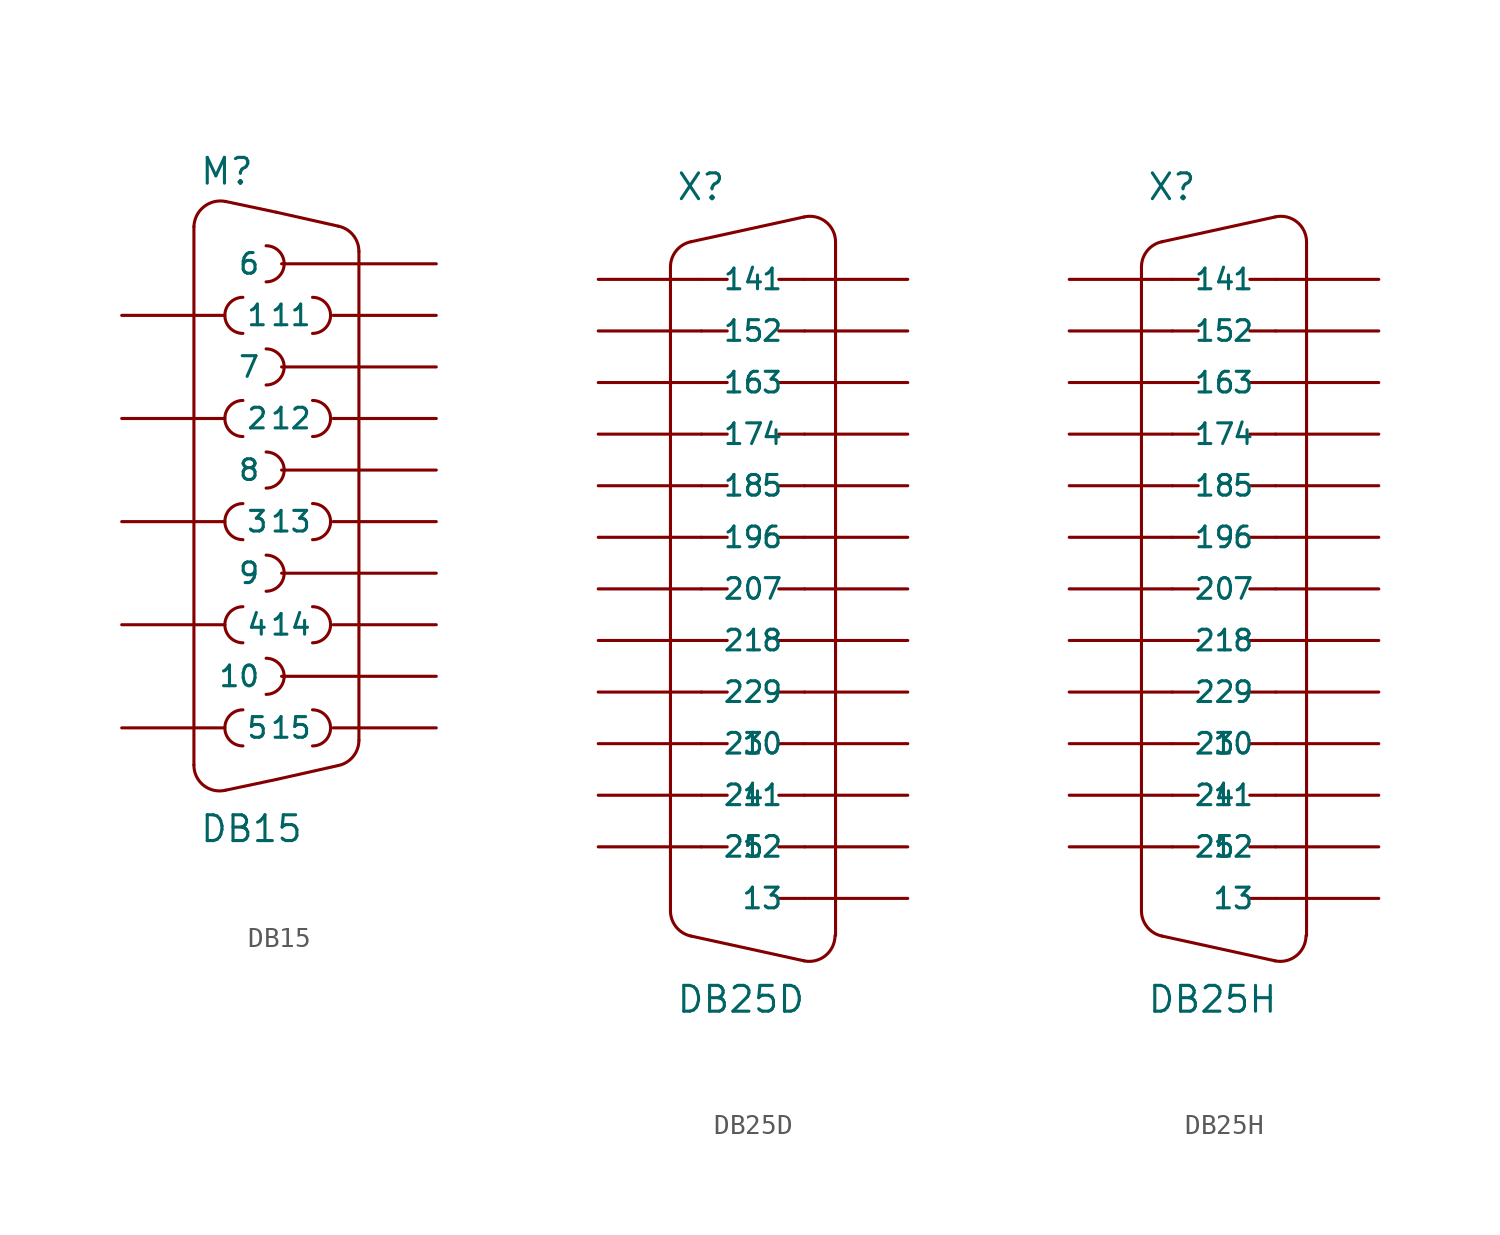
<source format=kicad_sym>
(kicad_symbol_lib
  (version 20211014)
  (generator kicad_symbol_editor)
  (symbol "DB15"
    (pin_numbers hide)
    (pin_names
      (offset 1.016))
    (property "Reference" "M"
      (at -3.81 13.97 0)
      (effects (font (size 1.27 1.27)) (justify left bottom)))
    (property "Value" "DB15"
      (at -3.81 -18.415 0)
      (effects (font (size 1.27 1.27)) (justify left bottom)))
    (property "Datasheet" ""
      (at 0 0 0)
      (effects (font (size 1.524 1.524))))
    (property "ki_locked" ""
      (at 0 0 0)
      (effects (font (size 1.27 1.27))))
    (symbol "DB15_1_0"
      (polyline (pts (xy -4.064 -14.529) (xy -4.064 11.989)) (stroke (width 0) (type default) (color 0 0 0 0)) (fill (type none)))
      (polyline (pts (xy -2.515 -15.773) (xy 0 -15.24)) (stroke (width 0) (type default) (color 0 0 0 0)) (fill (type none)))
      (polyline (pts (xy -2.515 13.233) (xy 0 12.7)) (stroke (width 0) (type default) (color 0 0 0 0)) (fill (type none)))
      (polyline (pts (xy 0 -15.24) (xy 3.048 -14.554)) (stroke (width 0) (type default) (color 0 0 0 0)) (fill (type none)))
      (polyline (pts (xy 0 12.7) (xy 3.048 12.014)) (stroke (width 0) (type default) (color 0 0 0 0)) (fill (type none)))
      (polyline (pts (xy 4.064 -13.31) (xy 4.064 10.77)) (stroke (width 0) (type default) (color 0 0 0 0)) (fill (type none))))
    (symbol "DB15_1_1"
      (arc (start -4.064 -14.5288) (mid -3.5879 -15.5322) (end -2.5146 -15.7734) (stroke (width 0) (type default) (color 0 0 0 0)) (fill (type none)))
      (arc (start -2.5146 13.2334) (mid -3.572 12.9727) (end -4.064 11.9888) (stroke (width 0) (type default) (color 0 0 0 0)) (fill (type none)))
      (arc (start -1.651 -11.811) (mid -2.54 -12.7) (end -1.651 -13.589) (stroke (width 0) (type default) (color 0 0 0 0)) (fill (type none)))
      (arc (start -1.651 -6.731) (mid -2.54 -7.62) (end -1.651 -8.509) (stroke (width 0) (type default) (color 0 0 0 0)) (fill (type none)))
      (arc (start -1.651 -1.651) (mid -2.54 -2.54) (end -1.651 -3.429) (stroke (width 0) (type default) (color 0 0 0 0)) (fill (type none)))
      (arc (start -1.651 3.429) (mid -2.54 2.54) (end -1.651 1.651) (stroke (width 0) (type default) (color 0 0 0 0)) (fill (type none)))
      (arc (start -1.651 8.509) (mid -2.54 7.62) (end -1.651 6.731) (stroke (width 0) (type default) (color 0 0 0 0)) (fill (type none)))
      (arc (start -0.508 -11.049) (mid 0.381 -10.16) (end -0.508 -9.271) (stroke (width 0) (type default) (color 0 0 0 0)) (fill (type none)))
      (arc (start -0.508 -5.969) (mid 0.381 -5.08) (end -0.508 -4.191) (stroke (width 0) (type default) (color 0 0 0 0)) (fill (type none)))
      (arc (start -0.508 -0.889) (mid 0.381 0) (end -0.508 0.889) (stroke (width 0) (type default) (color 0 0 0 0)) (fill (type none)))
      (arc (start -0.508 4.191) (mid 0.381 5.08) (end -0.508 5.969) (stroke (width 0) (type default) (color 0 0 0 0)) (fill (type none)))
      (arc (start -0.508 9.271) (mid 0.381 10.16) (end -0.508 11.049) (stroke (width 0) (type default) (color 0 0 0 0)) (fill (type none)))
      (arc (start 1.778 -13.589) (mid 2.667 -12.7) (end 1.778 -11.811) (stroke (width 0) (type default) (color 0 0 0 0)) (fill (type none)))
      (arc (start 1.778 -8.509) (mid 2.667 -7.62) (end 1.778 -6.731) (stroke (width 0) (type default) (color 0 0 0 0)) (fill (type none)))
      (arc (start 1.778 -3.429) (mid 2.667 -2.54) (end 1.778 -1.651) (stroke (width 0) (type default) (color 0 0 0 0)) (fill (type none)))
      (arc (start 1.778 1.651) (mid 2.667 2.54) (end 1.778 3.429) (stroke (width 0) (type default) (color 0 0 0 0)) (fill (type none)))
      (arc (start 1.778 6.731) (mid 2.667 7.62) (end 1.778 8.509) (stroke (width 0) (type default) (color 0 0 0 0)) (fill (type none)))
      (arc (start 3.048 -14.5542) (mid 3.7779 -14.113) (end 4.064 -13.3096) (stroke (width 0) (type default) (color 0 0 0 0)) (fill (type none)))
      (arc (start 4.064 10.7696) (mid 3.7777 11.5728) (end 3.048 12.0142) (stroke (width 0) (type default) (color 0 0 0 0)) (fill (type none)))
      (pin passive line (at -7.62 7.62 0) (length 5.08) (name "1" (effects (font (size 1.016 1.016)))) (number "1" (effects (font (size 1.016 1.016)))))
      (pin passive line (at 7.874 -10.16 180) (length 7.62) (name "10" (effects (font (size 1.016 1.016)))) (number "10" (effects (font (size 1.016 1.016)))))
      (pin passive line (at 7.874 7.62 180) (length 5.08) (name "11" (effects (font (size 1.016 1.016)))) (number "11" (effects (font (size 1.016 1.016)))))
      (pin passive line (at 7.874 2.54 180) (length 5.08) (name "12" (effects (font (size 1.016 1.016)))) (number "12" (effects (font (size 1.016 1.016)))))
      (pin passive line (at 7.874 -2.54 180) (length 5.08) (name "13" (effects (font (size 1.016 1.016)))) (number "13" (effects (font (size 1.016 1.016)))))
      (pin passive line (at 7.874 -7.62 180) (length 5.08) (name "14" (effects (font (size 1.016 1.016)))) (number "14" (effects (font (size 1.016 1.016)))))
      (pin passive line (at 7.874 -12.7 180) (length 5.08) (name "15" (effects (font (size 1.016 1.016)))) (number "15" (effects (font (size 1.016 1.016)))))
      (pin passive line (at -7.62 2.54 0) (length 5.08) (name "2" (effects (font (size 1.016 1.016)))) (number "2" (effects (font (size 1.016 1.016)))))
      (pin passive line (at -7.62 -2.54 0) (length 5.08) (name "3" (effects (font (size 1.016 1.016)))) (number "3" (effects (font (size 1.016 1.016)))))
      (pin passive line (at -7.62 -7.62 0) (length 5.08) (name "4" (effects (font (size 1.016 1.016)))) (number "4" (effects (font (size 1.016 1.016)))))
      (pin passive line (at -7.62 -12.7 0) (length 5.08) (name "5" (effects (font (size 1.016 1.016)))) (number "5" (effects (font (size 1.016 1.016)))))
      (pin passive line (at 7.874 10.16 180) (length 7.62) (name "6" (effects (font (size 1.016 1.016)))) (number "6" (effects (font (size 1.016 1.016)))))
      (pin passive line (at 7.874 5.08 180) (length 7.62) (name "7" (effects (font (size 1.016 1.016)))) (number "7" (effects (font (size 1.016 1.016)))))
      (pin passive line (at 7.874 0 180) (length 7.62) (name "8" (effects (font (size 1.016 1.016)))) (number "8" (effects (font (size 1.016 1.016)))))
      (pin passive line (at 7.874 -5.08 180) (length 7.62) (name "9" (effects (font (size 1.016 1.016)))) (number "9" (effects (font (size 1.016 1.016)))))))
  (symbol "DB25D"
    (pin_numbers hide)
    (pin_names
      (offset 1.016))
    (property "Reference" "X"
      (at -3.81 16.51 0)
      (effects (font (size 1.27 1.27)) (justify left bottom)))
    (property "Value" "DB25D"
      (at -3.81 -23.495 0)
      (effects (font (size 1.27 1.27)) (justify left bottom)))
    (property "Datasheet" ""
      (at 0 0 0)
      (effects (font (size 1.524 1.524))))
    (property "ki_locked" ""
      (at 0 0 0)
      (effects (font (size 1.27 1.27))))
    (symbol "DB25D_1_0"
      (polyline (pts (xy -4.064 13.31) (xy -4.064 -18.39)) (stroke (width 0) (type default) (color 0 0 0 0)) (fill (type none)))
      (polyline (pts (xy -2.54 -15.24) (xy -1.27 -15.24)) (stroke (width 0) (type default) (color 0 0 0 0)) (fill (type none)))
      (polyline (pts (xy -2.54 -12.7) (xy -1.27 -12.7)) (stroke (width 0) (type default) (color 0 0 0 0)) (fill (type none)))
      (polyline (pts (xy -2.54 -10.16) (xy -1.27 -10.16)) (stroke (width 0) (type default) (color 0 0 0 0)) (fill (type none)))
      (polyline (pts (xy -2.54 -7.62) (xy -1.27 -7.62)) (stroke (width 0) (type default) (color 0 0 0 0)) (fill (type none)))
      (polyline (pts (xy -2.54 -5.08) (xy -1.27 -5.08)) (stroke (width 0) (type default) (color 0 0 0 0)) (fill (type none)))
      (polyline (pts (xy -2.54 -2.54) (xy -1.27 -2.54)) (stroke (width 0) (type default) (color 0 0 0 0)) (fill (type none)))
      (polyline (pts (xy -2.54 0) (xy -1.27 0)) (stroke (width 0) (type default) (color 0 0 0 0)) (fill (type none)))
      (polyline (pts (xy -2.54 2.54) (xy -1.27 2.54)) (stroke (width 0) (type default) (color 0 0 0 0)) (fill (type none)))
      (polyline (pts (xy -2.54 5.08) (xy -1.27 5.08)) (stroke (width 0) (type default) (color 0 0 0 0)) (fill (type none)))
      (polyline (pts (xy -2.54 7.62) (xy -1.27 7.62)) (stroke (width 0) (type default) (color 0 0 0 0)) (fill (type none)))
      (polyline (pts (xy -2.54 10.16) (xy -1.27 10.16)) (stroke (width 0) (type default) (color 0 0 0 0)) (fill (type none)))
      (polyline (pts (xy -2.54 12.7) (xy -1.27 12.7)) (stroke (width 0) (type default) (color 0 0 0 0)) (fill (type none)))
      (polyline (pts (xy 1.27 -17.78) (xy 2.54 -17.78)) (stroke (width 0) (type default) (color 0 0 0 0)) (fill (type none)))
      (polyline (pts (xy 1.27 -15.24) (xy 2.54 -15.24)) (stroke (width 0) (type default) (color 0 0 0 0)) (fill (type none)))
      (polyline (pts (xy 1.27 -12.7) (xy 2.54 -12.7)) (stroke (width 0) (type default) (color 0 0 0 0)) (fill (type none)))
      (polyline (pts (xy 1.27 -10.16) (xy 2.54 -10.16)) (stroke (width 0) (type default) (color 0 0 0 0)) (fill (type none)))
      (polyline (pts (xy 1.27 -7.62) (xy 2.54 -7.62)) (stroke (width 0) (type default) (color 0 0 0 0)) (fill (type none)))
      (polyline (pts (xy 1.27 -5.08) (xy 2.54 -5.08)) (stroke (width 0) (type default) (color 0 0 0 0)) (fill (type none)))
      (polyline (pts (xy 1.27 -2.54) (xy 2.54 -2.54)) (stroke (width 0) (type default) (color 0 0 0 0)) (fill (type none)))
      (polyline (pts (xy 1.27 0) (xy 2.54 0)) (stroke (width 0) (type default) (color 0 0 0 0)) (fill (type none)))
      (polyline (pts (xy 1.27 2.54) (xy 2.54 2.54)) (stroke (width 0) (type default) (color 0 0 0 0)) (fill (type none)))
      (polyline (pts (xy 1.27 5.08) (xy 2.54 5.08)) (stroke (width 0) (type default) (color 0 0 0 0)) (fill (type none)))
      (polyline (pts (xy 1.27 7.62) (xy 2.54 7.62)) (stroke (width 0) (type default) (color 0 0 0 0)) (fill (type none)))
      (polyline (pts (xy 1.27 10.16) (xy 2.54 10.16)) (stroke (width 0) (type default) (color 0 0 0 0)) (fill (type none)))
      (polyline (pts (xy 1.27 12.7) (xy 2.54 12.7)) (stroke (width 0) (type default) (color 0 0 0 0)) (fill (type none)))
      (polyline (pts (xy 2.515 -20.853) (xy -3.048 -19.634)) (stroke (width 0) (type default) (color 0 0 0 0)) (fill (type none)))
      (polyline (pts (xy 2.515 15.773) (xy -3.048 14.554)) (stroke (width 0) (type default) (color 0 0 0 0)) (fill (type none)))
      (polyline (pts (xy 4.064 14.529) (xy 4.064 -19.609)) (stroke (width 0) (type default) (color 0 0 0 0)) (fill (type none))))
    (symbol "DB25D_1_1"
      (arc (start -4.064 -18.3896) (mid -3.7777 -19.1928) (end -3.048 -19.6342) (stroke (width 0) (type default) (color 0 0 0 0)) (fill (type none)))
      (arc (start -3.048 14.5542) (mid -3.7779 14.113) (end -4.064 13.3096) (stroke (width 0) (type default) (color 0 0 0 0)) (fill (type none)))
      (arc (start 2.5146 -20.8534) (mid 3.572 -20.5927) (end 4.0386 -19.6088) (stroke (width 0) (type default) (color 0 0 0 0)) (fill (type none)))
      (arc (start 4.064 14.5288) (mid 3.5879 15.5322) (end 2.5146 15.7734) (stroke (width 0) (type default) (color 0 0 0 0)) (fill (type none)))
      (pin passive line (at 7.62 12.7 180) (length 5.08) (name "1" (effects (font (size 1.016 1.016)))) (number "1" (effects (font (size 1.016 1.016)))))
      (pin passive line (at 7.62 -10.16 180) (length 5.08) (name "10" (effects (font (size 1.016 1.016)))) (number "10" (effects (font (size 1.016 1.016)))))
      (pin passive line (at 7.62 -12.7 180) (length 5.08) (name "11" (effects (font (size 1.016 1.016)))) (number "11" (effects (font (size 1.016 1.016)))))
      (pin passive line (at 7.62 -15.24 180) (length 5.08) (name "12" (effects (font (size 1.016 1.016)))) (number "12" (effects (font (size 1.016 1.016)))))
      (pin passive line (at 7.62 -17.78 180) (length 5.08) (name "13" (effects (font (size 1.016 1.016)))) (number "13" (effects (font (size 1.016 1.016)))))
      (pin passive line (at -7.62 12.7 0) (length 5.08) (name "14" (effects (font (size 1.016 1.016)))) (number "14" (effects (font (size 1.016 1.016)))))
      (pin passive line (at -7.62 10.16 0) (length 5.08) (name "15" (effects (font (size 1.016 1.016)))) (number "15" (effects (font (size 1.016 1.016)))))
      (pin passive line (at -7.62 7.62 0) (length 5.08) (name "16" (effects (font (size 1.016 1.016)))) (number "16" (effects (font (size 1.016 1.016)))))
      (pin passive line (at -7.62 5.08 0) (length 5.08) (name "17" (effects (font (size 1.016 1.016)))) (number "17" (effects (font (size 1.016 1.016)))))
      (pin passive line (at -7.62 2.54 0) (length 5.08) (name "18" (effects (font (size 1.016 1.016)))) (number "18" (effects (font (size 1.016 1.016)))))
      (pin passive line (at -7.62 0 0) (length 5.08) (name "19" (effects (font (size 1.016 1.016)))) (number "19" (effects (font (size 1.016 1.016)))))
      (pin passive line (at 7.62 10.16 180) (length 5.08) (name "2" (effects (font (size 1.016 1.016)))) (number "2" (effects (font (size 1.016 1.016)))))
      (pin passive line (at -7.62 -2.54 0) (length 5.08) (name "20" (effects (font (size 1.016 1.016)))) (number "20" (effects (font (size 1.016 1.016)))))
      (pin passive line (at -7.62 -5.08 0) (length 5.08) (name "21" (effects (font (size 1.016 1.016)))) (number "21" (effects (font (size 1.016 1.016)))))
      (pin passive line (at -7.62 -7.62 0) (length 5.08) (name "22" (effects (font (size 1.016 1.016)))) (number "22" (effects (font (size 1.016 1.016)))))
      (pin passive line (at -7.62 -10.16 0) (length 5.08) (name "23" (effects (font (size 1.016 1.016)))) (number "23" (effects (font (size 1.016 1.016)))))
      (pin passive line (at -7.62 -12.7 0) (length 5.08) (name "24" (effects (font (size 1.016 1.016)))) (number "24" (effects (font (size 1.016 1.016)))))
      (pin passive line (at -7.62 -15.24 0) (length 5.08) (name "25" (effects (font (size 1.016 1.016)))) (number "25" (effects (font (size 1.016 1.016)))))
      (pin passive line (at 7.62 7.62 180) (length 5.08) (name "3" (effects (font (size 1.016 1.016)))) (number "3" (effects (font (size 1.016 1.016)))))
      (pin passive line (at 7.62 5.08 180) (length 5.08) (name "4" (effects (font (size 1.016 1.016)))) (number "4" (effects (font (size 1.016 1.016)))))
      (pin passive line (at 7.62 2.54 180) (length 5.08) (name "5" (effects (font (size 1.016 1.016)))) (number "5" (effects (font (size 1.016 1.016)))))
      (pin passive line (at 7.62 0 180) (length 5.08) (name "6" (effects (font (size 1.016 1.016)))) (number "6" (effects (font (size 1.016 1.016)))))
      (pin passive line (at 7.62 -2.54 180) (length 5.08) (name "7" (effects (font (size 1.016 1.016)))) (number "7" (effects (font (size 1.016 1.016)))))
      (pin passive line (at 7.62 -5.08 180) (length 5.08) (name "8" (effects (font (size 1.016 1.016)))) (number "8" (effects (font (size 1.016 1.016)))))
      (pin passive line (at 7.62 -7.62 180) (length 5.08) (name "9" (effects (font (size 1.016 1.016)))) (number "9" (effects (font (size 1.016 1.016)))))))
  (symbol "DB25H"
    (pin_numbers hide)
    (pin_names
      (offset 1.016))
    (property "Reference" "X"
      (at -3.81 16.51 0)
      (effects (font (size 1.27 1.27)) (justify left bottom)))
    (property "Value" "DB25H"
      (at -3.81 -23.495 0)
      (effects (font (size 1.27 1.27)) (justify left bottom)))
    (property "Datasheet" ""
      (at 0 0 0)
      (effects (font (size 1.524 1.524))))
    (property "ki_locked" ""
      (at 0 0 0)
      (effects (font (size 1.27 1.27))))
    (symbol "DB25H_1_0"
      (polyline (pts (xy -4.064 13.31) (xy -4.064 -18.39)) (stroke (width 0) (type default) (color 0 0 0 0)) (fill (type none)))
      (polyline (pts (xy -2.54 -15.24) (xy -1.27 -15.24)) (stroke (width 0) (type default) (color 0 0 0 0)) (fill (type none)))
      (polyline (pts (xy -2.54 -12.7) (xy -1.27 -12.7)) (stroke (width 0) (type default) (color 0 0 0 0)) (fill (type none)))
      (polyline (pts (xy -2.54 -10.16) (xy -1.27 -10.16)) (stroke (width 0) (type default) (color 0 0 0 0)) (fill (type none)))
      (polyline (pts (xy -2.54 -7.62) (xy -1.27 -7.62)) (stroke (width 0) (type default) (color 0 0 0 0)) (fill (type none)))
      (polyline (pts (xy -2.54 -5.08) (xy -1.27 -5.08)) (stroke (width 0) (type default) (color 0 0 0 0)) (fill (type none)))
      (polyline (pts (xy -2.54 -2.54) (xy -1.27 -2.54)) (stroke (width 0) (type default) (color 0 0 0 0)) (fill (type none)))
      (polyline (pts (xy -2.54 0) (xy -1.27 0)) (stroke (width 0) (type default) (color 0 0 0 0)) (fill (type none)))
      (polyline (pts (xy -2.54 2.54) (xy -1.27 2.54)) (stroke (width 0) (type default) (color 0 0 0 0)) (fill (type none)))
      (polyline (pts (xy -2.54 5.08) (xy -1.27 5.08)) (stroke (width 0) (type default) (color 0 0 0 0)) (fill (type none)))
      (polyline (pts (xy -2.54 7.62) (xy -1.27 7.62)) (stroke (width 0) (type default) (color 0 0 0 0)) (fill (type none)))
      (polyline (pts (xy -2.54 10.16) (xy -1.27 10.16)) (stroke (width 0) (type default) (color 0 0 0 0)) (fill (type none)))
      (polyline (pts (xy -2.54 12.7) (xy -1.27 12.7)) (stroke (width 0) (type default) (color 0 0 0 0)) (fill (type none)))
      (polyline (pts (xy 1.27 -17.78) (xy 2.54 -17.78)) (stroke (width 0) (type default) (color 0 0 0 0)) (fill (type none)))
      (polyline (pts (xy 1.27 -15.24) (xy 2.54 -15.24)) (stroke (width 0) (type default) (color 0 0 0 0)) (fill (type none)))
      (polyline (pts (xy 1.27 -12.7) (xy 2.54 -12.7)) (stroke (width 0) (type default) (color 0 0 0 0)) (fill (type none)))
      (polyline (pts (xy 1.27 -10.16) (xy 2.54 -10.16)) (stroke (width 0) (type default) (color 0 0 0 0)) (fill (type none)))
      (polyline (pts (xy 1.27 -7.62) (xy 2.54 -7.62)) (stroke (width 0) (type default) (color 0 0 0 0)) (fill (type none)))
      (polyline (pts (xy 1.27 -5.08) (xy 2.54 -5.08)) (stroke (width 0) (type default) (color 0 0 0 0)) (fill (type none)))
      (polyline (pts (xy 1.27 -2.54) (xy 2.54 -2.54)) (stroke (width 0) (type default) (color 0 0 0 0)) (fill (type none)))
      (polyline (pts (xy 1.27 0) (xy 2.54 0)) (stroke (width 0) (type default) (color 0 0 0 0)) (fill (type none)))
      (polyline (pts (xy 1.27 2.54) (xy 2.54 2.54)) (stroke (width 0) (type default) (color 0 0 0 0)) (fill (type none)))
      (polyline (pts (xy 1.27 5.08) (xy 2.54 5.08)) (stroke (width 0) (type default) (color 0 0 0 0)) (fill (type none)))
      (polyline (pts (xy 1.27 7.62) (xy 2.54 7.62)) (stroke (width 0) (type default) (color 0 0 0 0)) (fill (type none)))
      (polyline (pts (xy 1.27 10.16) (xy 2.54 10.16)) (stroke (width 0) (type default) (color 0 0 0 0)) (fill (type none)))
      (polyline (pts (xy 1.27 12.7) (xy 2.54 12.7)) (stroke (width 0) (type default) (color 0 0 0 0)) (fill (type none)))
      (polyline (pts (xy 2.515 -20.853) (xy -3.048 -19.634)) (stroke (width 0) (type default) (color 0 0 0 0)) (fill (type none)))
      (polyline (pts (xy 2.515 15.773) (xy -3.048 14.554)) (stroke (width 0) (type default) (color 0 0 0 0)) (fill (type none)))
      (polyline (pts (xy 4.064 14.529) (xy 4.064 -19.609)) (stroke (width 0) (type default) (color 0 0 0 0)) (fill (type none))))
    (symbol "DB25H_1_1"
      (arc (start -4.064 -18.3896) (mid -3.7777 -19.1928) (end -3.048 -19.6342) (stroke (width 0) (type default) (color 0 0 0 0)) (fill (type none)))
      (arc (start -3.048 14.5542) (mid -3.7779 14.113) (end -4.064 13.3096) (stroke (width 0) (type default) (color 0 0 0 0)) (fill (type none)))
      (arc (start 2.5146 -20.8534) (mid 3.572 -20.5927) (end 4.0386 -19.6088) (stroke (width 0) (type default) (color 0 0 0 0)) (fill (type none)))
      (arc (start 4.064 14.5288) (mid 3.5879 15.5322) (end 2.5146 15.7734) (stroke (width 0) (type default) (color 0 0 0 0)) (fill (type none)))
      (pin passive line (at 7.62 12.7 180) (length 5.08) (name "1" (effects (font (size 1.016 1.016)))) (number "1" (effects (font (size 1.016 1.016)))))
      (pin passive line (at 7.62 -10.16 180) (length 5.08) (name "10" (effects (font (size 1.016 1.016)))) (number "10" (effects (font (size 1.016 1.016)))))
      (pin passive line (at 7.62 -12.7 180) (length 5.08) (name "11" (effects (font (size 1.016 1.016)))) (number "11" (effects (font (size 1.016 1.016)))))
      (pin passive line (at 7.62 -15.24 180) (length 5.08) (name "12" (effects (font (size 1.016 1.016)))) (number "12" (effects (font (size 1.016 1.016)))))
      (pin passive line (at 7.62 -17.78 180) (length 5.08) (name "13" (effects (font (size 1.016 1.016)))) (number "13" (effects (font (size 1.016 1.016)))))
      (pin passive line (at -7.62 12.7 0) (length 5.08) (name "14" (effects (font (size 1.016 1.016)))) (number "14" (effects (font (size 1.016 1.016)))))
      (pin passive line (at -7.62 10.16 0) (length 5.08) (name "15" (effects (font (size 1.016 1.016)))) (number "15" (effects (font (size 1.016 1.016)))))
      (pin passive line (at -7.62 7.62 0) (length 5.08) (name "16" (effects (font (size 1.016 1.016)))) (number "16" (effects (font (size 1.016 1.016)))))
      (pin passive line (at -7.62 5.08 0) (length 5.08) (name "17" (effects (font (size 1.016 1.016)))) (number "17" (effects (font (size 1.016 1.016)))))
      (pin passive line (at -7.62 2.54 0) (length 5.08) (name "18" (effects (font (size 1.016 1.016)))) (number "18" (effects (font (size 1.016 1.016)))))
      (pin passive line (at -7.62 0 0) (length 5.08) (name "19" (effects (font (size 1.016 1.016)))) (number "19" (effects (font (size 1.016 1.016)))))
      (pin passive line (at 7.62 10.16 180) (length 5.08) (name "2" (effects (font (size 1.016 1.016)))) (number "2" (effects (font (size 1.016 1.016)))))
      (pin passive line (at -7.62 -2.54 0) (length 5.08) (name "20" (effects (font (size 1.016 1.016)))) (number "20" (effects (font (size 1.016 1.016)))))
      (pin passive line (at -7.62 -5.08 0) (length 5.08) (name "21" (effects (font (size 1.016 1.016)))) (number "21" (effects (font (size 1.016 1.016)))))
      (pin passive line (at -7.62 -7.62 0) (length 5.08) (name "22" (effects (font (size 1.016 1.016)))) (number "22" (effects (font (size 1.016 1.016)))))
      (pin passive line (at -7.62 -10.16 0) (length 5.08) (name "23" (effects (font (size 1.016 1.016)))) (number "23" (effects (font (size 1.016 1.016)))))
      (pin passive line (at -7.62 -12.7 0) (length 5.08) (name "24" (effects (font (size 1.016 1.016)))) (number "24" (effects (font (size 1.016 1.016)))))
      (pin passive line (at -7.62 -15.24 0) (length 5.08) (name "25" (effects (font (size 1.016 1.016)))) (number "25" (effects (font (size 1.016 1.016)))))
      (pin passive line (at 7.62 7.62 180) (length 5.08) (name "3" (effects (font (size 1.016 1.016)))) (number "3" (effects (font (size 1.016 1.016)))))
      (pin passive line (at 7.62 5.08 180) (length 5.08) (name "4" (effects (font (size 1.016 1.016)))) (number "4" (effects (font (size 1.016 1.016)))))
      (pin passive line (at 7.62 2.54 180) (length 5.08) (name "5" (effects (font (size 1.016 1.016)))) (number "5" (effects (font (size 1.016 1.016)))))
      (pin passive line (at 7.62 0 180) (length 5.08) (name "6" (effects (font (size 1.016 1.016)))) (number "6" (effects (font (size 1.016 1.016)))))
      (pin passive line (at 7.62 -2.54 180) (length 5.08) (name "7" (effects (font (size 1.016 1.016)))) (number "7" (effects (font (size 1.016 1.016)))))
      (pin passive line (at 7.62 -5.08 180) (length 5.08) (name "8" (effects (font (size 1.016 1.016)))) (number "8" (effects (font (size 1.016 1.016)))))
      (pin passive line (at 7.62 -7.62 180) (length 5.08) (name "9" (effects (font (size 1.016 1.016)))) (number "9" (effects (font (size 1.016 1.016))))))))
</source>
